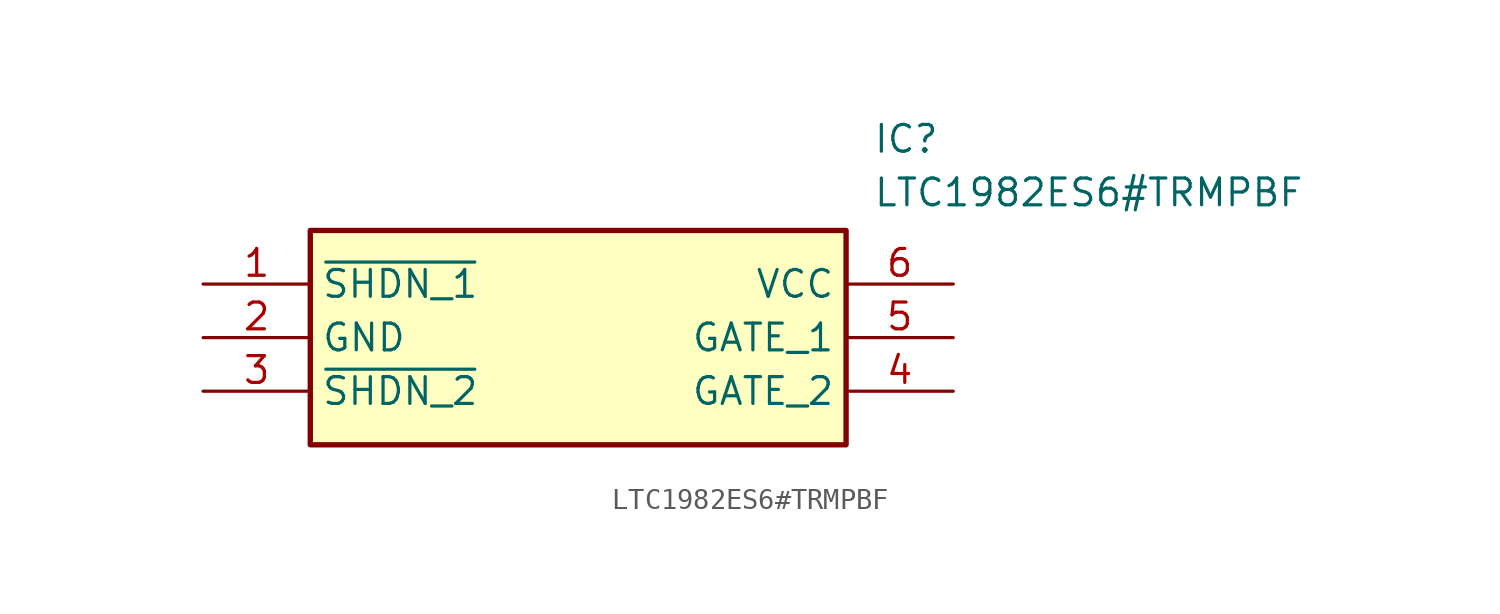
<source format=kicad_sym>
(kicad_symbol_lib
  (version 20211014)
  (generator SamacSys_ECAD_Model)
  (symbol "LTC1982ES6#TRMPBF"
    (property "Reference" "IC"
      (at 31.75 7.62 0)
      (effects (font (size 1.27 1.27)) (justify left top)))
    (property "Value" "LTC1982ES6#TRMPBF"
      (at 31.75 5.08 0)
      (effects (font (size 1.27 1.27)) (justify left top)))
    (rectangle
      (start 5.08 2.54)
      (end 30.48 -7.62)
      (stroke (width 0.254) (type default))
      (fill (type background)))
    (pin passive line
      (at 0 0 0)
      (length 5.08)
      (name "~{SHDN_1}" (effects (font (size 1.27 1.27))))
      (number "1" (effects (font (size 1.27 1.27)))))
    (pin passive line
      (at 0 -2.54 0)
      (length 5.08)
      (name "GND" (effects (font (size 1.27 1.27))))
      (number "2" (effects (font (size 1.27 1.27)))))
    (pin passive line
      (at 0 -5.08 0)
      (length 5.08)
      (name "~{SHDN_2}" (effects (font (size 1.27 1.27))))
      (number "3" (effects (font (size 1.27 1.27)))))
    (pin passive line
      (at 35.56 0 180)
      (length 5.08)
      (name "VCC" (effects (font (size 1.27 1.27))))
      (number "6" (effects (font (size 1.27 1.27)))))
    (pin passive line
      (at 35.56 -2.54 180)
      (length 5.08)
      (name "GATE_1" (effects (font (size 1.27 1.27))))
      (number "5" (effects (font (size 1.27 1.27)))))
    (pin passive line
      (at 35.56 -5.08 180)
      (length 5.08)
      (name "GATE_2" (effects (font (size 1.27 1.27))))
      (number "4" (effects (font (size 1.27 1.27)))))))
</source>
